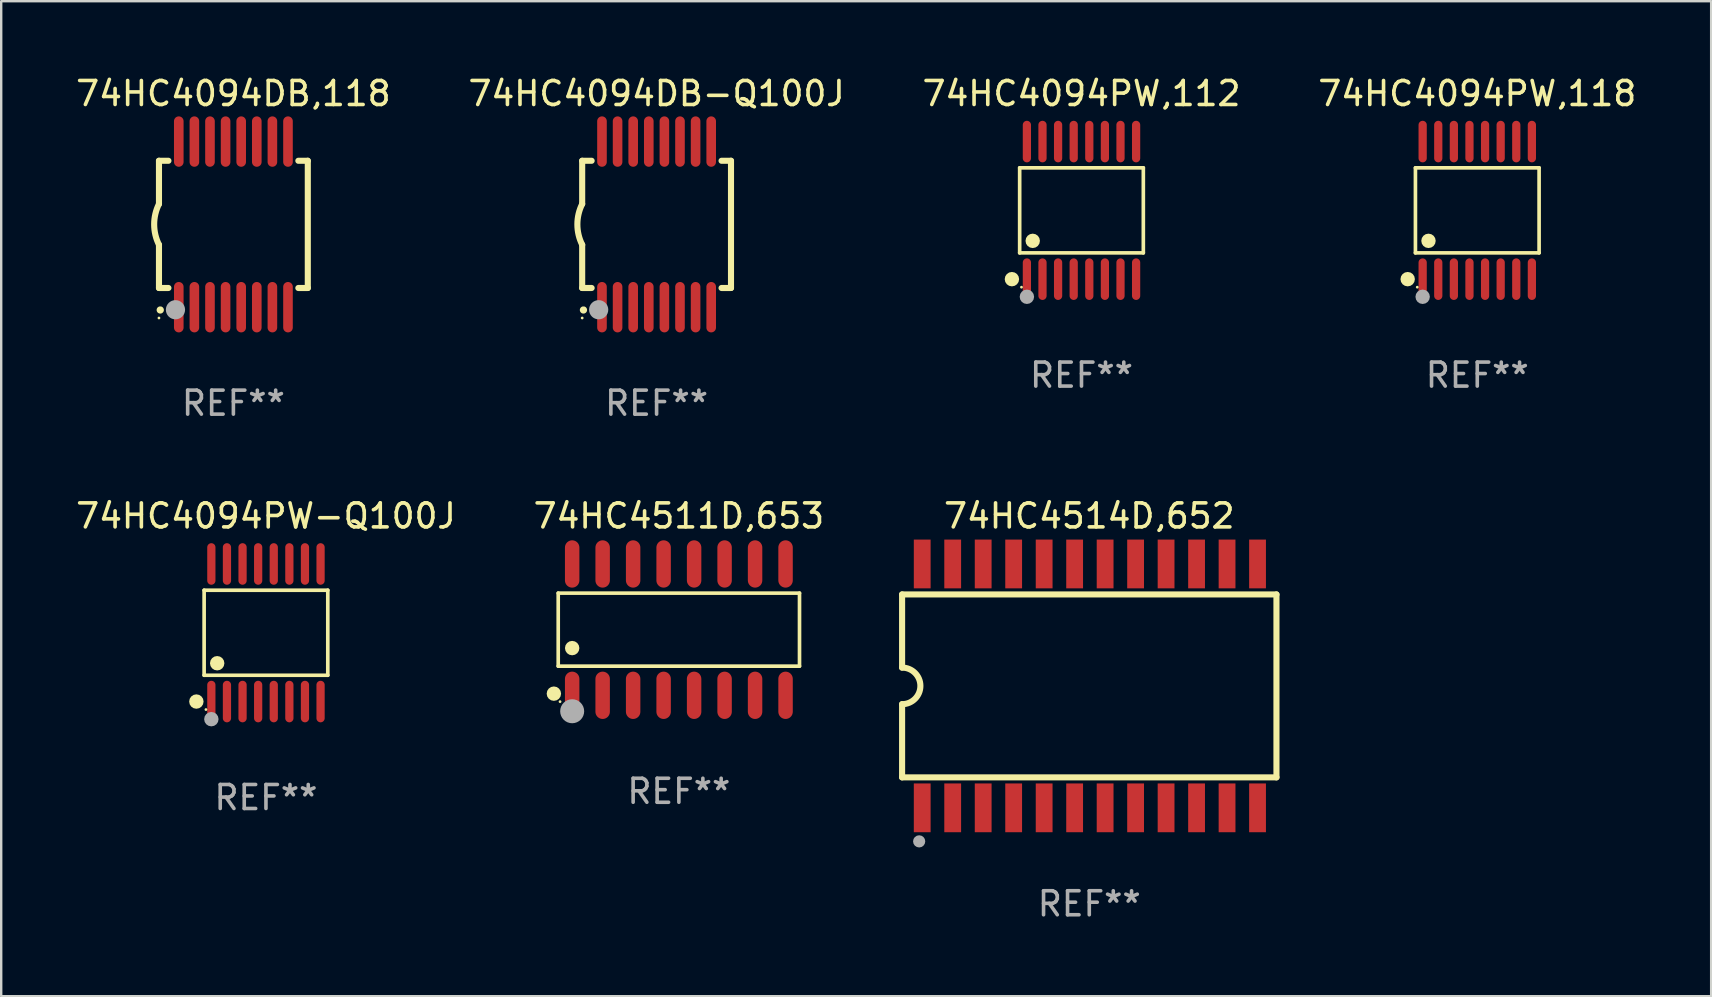
<source format=kicad_pcb>
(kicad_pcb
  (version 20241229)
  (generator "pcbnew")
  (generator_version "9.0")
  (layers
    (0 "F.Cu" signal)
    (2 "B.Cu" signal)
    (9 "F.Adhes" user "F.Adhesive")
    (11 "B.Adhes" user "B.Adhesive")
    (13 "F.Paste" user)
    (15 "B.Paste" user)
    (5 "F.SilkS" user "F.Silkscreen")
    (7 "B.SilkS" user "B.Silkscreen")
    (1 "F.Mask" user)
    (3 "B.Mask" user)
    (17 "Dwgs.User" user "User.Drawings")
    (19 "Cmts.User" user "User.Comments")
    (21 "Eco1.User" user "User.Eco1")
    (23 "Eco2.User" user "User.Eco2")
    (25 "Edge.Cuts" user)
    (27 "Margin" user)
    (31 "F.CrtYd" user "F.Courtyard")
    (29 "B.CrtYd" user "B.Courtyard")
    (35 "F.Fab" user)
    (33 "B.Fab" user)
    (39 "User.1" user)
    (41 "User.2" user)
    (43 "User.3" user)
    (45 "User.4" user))
  (footprint "74HC4511D,653"
    (layer "F.Cu")
    (at 25.232 23.181)
    (property "Reference" "74HC4511D,653" (at 0 -4.736 0) (layer "F.SilkS") (effects (font (size 1 1) (thickness 0.15))))
    (attr through_hole)
    (fp_line (start -5.026 -1.521) (end 5.026 -1.521) (stroke (width 0.152) (type solid)) (layer "F.SilkS"))
    (fp_line (start -5.026 1.521) (end -5.026 -1.521) (stroke (width 0.152) (type solid)) (layer "F.SilkS"))
    (fp_line (start 5.026 -1.521) (end 5.026 1.521) (stroke (width 0.152) (type solid)) (layer "F.SilkS"))
    (fp_line (start 5.026 1.521) (end -5.026 1.521) (stroke (width 0.152) (type solid)) (layer "F.SilkS"))
    (fp_circle (center -5.207 2.667) (end -5.057 2.667) (stroke (width 0.3) (type solid)) (fill no) (layer "F.SilkS"))
    (fp_circle (center -4.95 3) (end -4.92 3) (stroke (width 0.06) (type solid)) (fill no) (layer "F.SilkS"))
    (fp_circle (center -4.445 0.769) (end -4.295 0.769) (stroke (width 0.3) (type solid)) (fill no) (layer "F.SilkS"))
    (fp_circle (center -4.445 3.4) (end -4.195 3.4) (stroke (width 0.5) (type solid)) (fill no) (layer "F.Fab"))
    (fp_text user "REF**" (at 0 6.736 0) (layer "F.Fab") (effects (font (size 1 1) (thickness 0.15))))
    (pad "1" smd oval (at -4.445 2.736) (size 0.602 1.971) (layers "F.Cu" "F.Mask" "F.Paste"))
    (pad "2" smd oval (at -3.175 2.736) (size 0.602 1.971) (layers "F.Cu" "F.Mask" "F.Paste"))
    (pad "3" smd oval (at -1.905 2.736) (size 0.602 1.971) (layers "F.Cu" "F.Mask" "F.Paste"))
    (pad "4" smd oval (at -0.635 2.736) (size 0.602 1.971) (layers "F.Cu" "F.Mask" "F.Paste"))
    (pad "5" smd oval (at 0.635 2.736) (size 0.602 1.971) (layers "F.Cu" "F.Mask" "F.Paste"))
    (pad "6" smd oval (at 1.905 2.736) (size 0.602 1.971) (layers "F.Cu" "F.Mask" "F.Paste"))
    (pad "7" smd oval (at 3.175 2.736) (size 0.602 1.971) (layers "F.Cu" "F.Mask" "F.Paste"))
    (pad "8" smd oval (at 4.445 2.736) (size 0.602 1.971) (layers "F.Cu" "F.Mask" "F.Paste"))
    (pad "9" smd oval (at 4.445 -2.736) (size 0.602 1.971) (layers "F.Cu" "F.Mask" "F.Paste"))
    (pad "10" smd oval (at 3.175 -2.736) (size 0.602 1.971) (layers "F.Cu" "F.Mask" "F.Paste"))
    (pad "11" smd oval (at 1.905 -2.736) (size 0.602 1.971) (layers "F.Cu" "F.Mask" "F.Paste"))
    (pad "12" smd oval (at 0.635 -2.736) (size 0.602 1.971) (layers "F.Cu" "F.Mask" "F.Paste"))
    (pad "13" smd oval (at -0.635 -2.736) (size 0.602 1.971) (layers "F.Cu" "F.Mask" "F.Paste"))
    (pad "14" smd oval (at -1.905 -2.736) (size 0.602 1.971) (layers "F.Cu" "F.Mask" "F.Paste"))
    (pad "15" smd oval (at -3.175 -2.736) (size 0.602 1.971) (layers "F.Cu" "F.Mask" "F.Paste"))
    (pad "16" smd oval (at -4.445 -2.736) (size 0.602 1.971) (layers "F.Cu" "F.Mask" "F.Paste")))
  (footprint "74HC4094PW,112"
    (layer "F.Cu")
    (at 42.006 5.714)
    (property "Reference" "74HC4094PW,112" (at 0 -4.866 0) (layer "F.SilkS") (effects (font (size 1 1) (thickness 0.15))))
    (attr through_hole)
    (fp_line (start -2.576 -1.772) (end 2.576 -1.772) (stroke (width 0.152) (type solid)) (layer "F.SilkS"))
    (fp_line (start -2.576 1.771) (end -2.576 -1.772) (stroke (width 0.152) (type solid)) (layer "F.SilkS"))
    (fp_line (start 2.576 -1.772) (end 2.576 1.771) (stroke (width 0.152) (type solid)) (layer "F.SilkS"))
    (fp_line (start 2.576 1.771) (end -2.576 1.771) (stroke (width 0.152) (type solid)) (layer "F.SilkS"))
    (fp_circle (center -2.899 2.866) (end -2.749 2.866) (stroke (width 0.3) (type solid)) (fill no) (layer "F.SilkS"))
    (fp_circle (center -2.5 3.2) (end -2.47 3.2) (stroke (width 0.06) (type solid)) (fill no) (layer "F.SilkS"))
    (fp_circle (center -2.032 1.27) (end -1.882 1.27) (stroke (width 0.3) (type solid)) (fill no) (layer "F.SilkS"))
    (fp_circle (center -2.275 3.6) (end -2.125 3.6) (stroke (width 0.3) (type solid)) (fill no) (layer "F.Fab"))
    (fp_text user "REF**" (at 0 6.866 0) (layer "F.Fab") (effects (font (size 1 1) (thickness 0.15))))
    (pad "1" smd oval (at -2.275 2.866) (size 0.343 1.731) (layers "F.Cu" "F.Mask" "F.Paste"))
    (pad "2" smd oval (at -1.625 2.866) (size 0.343 1.731) (layers "F.Cu" "F.Mask" "F.Paste"))
    (pad "3" smd oval (at -0.975 2.866) (size 0.343 1.731) (layers "F.Cu" "F.Mask" "F.Paste"))
    (pad "4" smd oval (at -0.325 2.866) (size 0.343 1.731) (layers "F.Cu" "F.Mask" "F.Paste"))
    (pad "5" smd oval (at 0.325 2.866) (size 0.343 1.731) (layers "F.Cu" "F.Mask" "F.Paste"))
    (pad "6" smd oval (at 0.975 2.866) (size 0.343 1.731) (layers "F.Cu" "F.Mask" "F.Paste"))
    (pad "7" smd oval (at 1.625 2.866) (size 0.343 1.731) (layers "F.Cu" "F.Mask" "F.Paste"))
    (pad "8" smd oval (at 2.275 2.866) (size 0.343 1.731) (layers "F.Cu" "F.Mask" "F.Paste"))
    (pad "9" smd oval (at 2.275 -2.866) (size 0.343 1.731) (layers "F.Cu" "F.Mask" "F.Paste"))
    (pad "10" smd oval (at 1.625 -2.866) (size 0.343 1.731) (layers "F.Cu" "F.Mask" "F.Paste"))
    (pad "11" smd oval (at 0.975 -2.866) (size 0.343 1.731) (layers "F.Cu" "F.Mask" "F.Paste"))
    (pad "12" smd oval (at 0.325 -2.866) (size 0.343 1.731) (layers "F.Cu" "F.Mask" "F.Paste"))
    (pad "13" smd oval (at -0.325 -2.866) (size 0.343 1.731) (layers "F.Cu" "F.Mask" "F.Paste"))
    (pad "14" smd oval (at -0.975 -2.866) (size 0.343 1.731) (layers "F.Cu" "F.Mask" "F.Paste"))
    (pad "15" smd oval (at -1.625 -2.866) (size 0.343 1.731) (layers "F.Cu" "F.Mask" "F.Paste"))
    (pad "16" smd oval (at -2.275 -2.866) (size 0.343 1.731) (layers "F.Cu" "F.Mask" "F.Paste")))
  (footprint "74HC4514D,652"
    (layer "F.Cu")
    (at 42.33 25.525)
    (property "Reference" "74HC4514D,652" (at 0 -7.08 0) (layer "F.SilkS") (effects (font (size 1 1) (thickness 0.15))))
    (attr through_hole)
    (fp_line (start -7.798 -3.81) (end -7.798 -0.762) (stroke (width 0.254) (type solid)) (layer "F.SilkS"))
    (fp_line (start -7.798 3.81) (end -7.798 0.762) (stroke (width 0.254) (type solid)) (layer "F.SilkS"))
    (fp_line (start 7.798 -3.81) (end -7.798 -3.81) (stroke (width 0.254) (type solid)) (layer "F.SilkS"))
    (fp_line (start 7.798 3.81) (end -7.798 3.81) (stroke (width 0.254) (type solid)) (layer "F.SilkS"))
    (fp_line (start 7.798 3.81) (end 7.798 -3.81) (stroke (width 0.254) (type solid)) (layer "F.SilkS"))
    (fp_arc (start -7.797791 -0.762002) (mid -7.03579 -0.000001) (end -7.79779 0.762002) (stroke (width 0.254001) (type solid)) (layer "F.SilkS"))
    (fp_circle (center -7.825 3.75) (end -7.795 3.75) (stroke (width 0.06) (type solid)) (fill no) (layer "F.SilkS"))
    (fp_circle (center -7.087 6.477) (end -6.96 6.477) (stroke (width 0.254) (type solid)) (fill no) (layer "F.Fab"))
    (fp_text user "REF**" (at 0 9.08 0) (layer "F.Fab") (effects (font (size 1 1) (thickness 0.15))))
    (pad "1" smd rect (at -6.96 5.08 90) (size 2.032 0.7) (layers "F.Cu" "F.Mask" "F.Paste"))
    (pad "2" smd rect (at -5.69 5.08 90) (size 2.032 0.7) (layers "F.Cu" "F.Mask" "F.Paste"))
    (pad "3" smd rect (at -4.42 5.08 90) (size 2.032 0.7) (layers "F.Cu" "F.Mask" "F.Paste"))
    (pad "4" smd rect (at -3.15 5.08 90) (size 2.032 0.7) (layers "F.Cu" "F.Mask" "F.Paste"))
    (pad "5" smd rect (at -1.88 5.08 90) (size 2.032 0.7) (layers "F.Cu" "F.Mask" "F.Paste"))
    (pad "6" smd rect (at -0.61 5.08 90) (size 2.032 0.7) (layers "F.Cu" "F.Mask" "F.Paste"))
    (pad "7" smd rect (at 0.66 5.08 90) (size 2.032 0.7) (layers "F.Cu" "F.Mask" "F.Paste"))
    (pad "8" smd rect (at 1.93 5.08 90) (size 2.032 0.7) (layers "F.Cu" "F.Mask" "F.Paste"))
    (pad "9" smd rect (at 3.2 5.08 90) (size 2.032 0.7) (layers "F.Cu" "F.Mask" "F.Paste"))
    (pad "10" smd rect (at 4.47 5.08 90) (size 2.032 0.7) (layers "F.Cu" "F.Mask" "F.Paste"))
    (pad "11" smd rect (at 5.74 5.08 90) (size 2.032 0.7) (layers "F.Cu" "F.Mask" "F.Paste"))
    (pad "12" smd rect (at 7.01 5.08 90) (size 2.032 0.7) (layers "F.Cu" "F.Mask" "F.Paste"))
    (pad "13" smd rect (at 7.01 -5.08 90) (size 2.032 0.7) (layers "F.Cu" "F.Mask" "F.Paste"))
    (pad "14" smd rect (at 5.74 -5.08 90) (size 2.032 0.7) (layers "F.Cu" "F.Mask" "F.Paste"))
    (pad "15" smd rect (at 4.47 -5.08 90) (size 2.032 0.7) (layers "F.Cu" "F.Mask" "F.Paste"))
    (pad "16" smd rect (at 3.2 -5.08 90) (size 2.032 0.7) (layers "F.Cu" "F.Mask" "F.Paste"))
    (pad "17" smd rect (at 1.93 -5.08 90) (size 2.032 0.7) (layers "F.Cu" "F.Mask" "F.Paste"))
    (pad "18" smd rect (at 0.66 -5.08 90) (size 2.032 0.7) (layers "F.Cu" "F.Mask" "F.Paste"))
    (pad "19" smd rect (at -0.61 -5.08 90) (size 2.032 0.7) (layers "F.Cu" "F.Mask" "F.Paste"))
    (pad "20" smd rect (at -1.88 -5.08 90) (size 2.032 0.7) (layers "F.Cu" "F.Mask" "F.Paste"))
    (pad "21" smd rect (at -3.15 -5.08 90) (size 2.032 0.7) (layers "F.Cu" "F.Mask" "F.Paste"))
    (pad "22" smd rect (at -4.42 -5.08 90) (size 2.032 0.7) (layers "F.Cu" "F.Mask" "F.Paste"))
    (pad "23" smd rect (at -5.69 -5.08 90) (size 2.032 0.7) (layers "F.Cu" "F.Mask" "F.Paste"))
    (pad "24" smd rect (at -6.96 -5.08 90) (size 2.032 0.7) (layers "F.Cu" "F.Mask" "F.Paste")))
  (footprint "74HC4094DB-Q100J"
    (layer "F.Cu")
    (at 24.304 6.298)
    (property "Reference" "74HC4094DB-Q100J" (at 0 -5.45 0) (layer "F.SilkS") (effects (font (size 1 1) (thickness 0.15))))
    (attr through_hole)
    (fp_line (start -3.1 -2.65) (end -3.1 -0.85) (stroke (width 0.254) (type solid)) (layer "F.SilkS"))
    (fp_line (start -3.1 -2.65) (end -2.706 -2.65) (stroke (width 0.254) (type solid)) (layer "F.SilkS"))
    (fp_line (start -3.1 2.65) (end -3.1 0.85) (stroke (width 0.254) (type solid)) (layer "F.SilkS"))
    (fp_line (start -3.1 2.65) (end -2.706 2.65) (stroke (width 0.254) (type solid)) (layer "F.SilkS"))
    (fp_line (start 2.706 -2.65) (end 3.1 -2.65) (stroke (width 0.254) (type solid)) (layer "F.SilkS"))
    (fp_line (start 2.706 2.65) (end 3.1 2.65) (stroke (width 0.254) (type solid)) (layer "F.SilkS"))
    (fp_line (start 3.1 -2.65) (end 3.1 2.65) (stroke (width 0.254) (type solid)) (layer "F.SilkS"))
    (fp_arc (start -3.098907 0.850902) (mid -3.300057 0.000523) (end -3.1 -0.850114) (stroke (width 0.254001) (type solid)) (layer "F.SilkS"))
    (fp_arc (start -3.048006 3.566066) (mid -3.046736 3.566061) (end -3.045466 3.566066) (stroke (width 0.3) (type solid)) (layer "F.SilkS"))
    (fp_circle (center -3.1 3.9) (end -3.07 3.9) (stroke (width 0.06) (type solid)) (fill no) (layer "F.SilkS"))
    (fp_circle (center -2.413 3.556) (end -2.213 3.556) (stroke (width 0.4) (type solid)) (fill no) (layer "F.Fab"))
    (fp_text user "REF**" (at 0 7.45 0) (layer "F.Fab") (effects (font (size 1 1) (thickness 0.15))))
    (pad "1" smd oval (at -2.275 3.45 180) (size 0.4 2.1) (layers "F.Cu" "F.Mask" "F.Paste"))
    (pad "2" smd oval (at -1.625 3.45 180) (size 0.4 2.1) (layers "F.Cu" "F.Mask" "F.Paste"))
    (pad "3" smd oval (at -0.975 3.45 180) (size 0.4 2.1) (layers "F.Cu" "F.Mask" "F.Paste"))
    (pad "4" smd oval (at -0.325 3.45 180) (size 0.4 2.1) (layers "F.Cu" "F.Mask" "F.Paste"))
    (pad "5" smd oval (at 0.325 3.45 180) (size 0.4 2.1) (layers "F.Cu" "F.Mask" "F.Paste"))
    (pad "6" smd oval (at 0.975 3.45 180) (size 0.4 2.1) (layers "F.Cu" "F.Mask" "F.Paste"))
    (pad "7" smd oval (at 1.625 3.45 180) (size 0.4 2.1) (layers "F.Cu" "F.Mask" "F.Paste"))
    (pad "8" smd oval (at 2.275 3.45 180) (size 0.4 2.1) (layers "F.Cu" "F.Mask" "F.Paste"))
    (pad "9" smd oval (at 2.275 -3.45 180) (size 0.4 2.1) (layers "F.Cu" "F.Mask" "F.Paste"))
    (pad "10" smd oval (at 1.625 -3.45 180) (size 0.4 2.1) (layers "F.Cu" "F.Mask" "F.Paste"))
    (pad "11" smd oval (at 0.975 -3.45 180) (size 0.4 2.1) (layers "F.Cu" "F.Mask" "F.Paste"))
    (pad "12" smd oval (at 0.325 -3.45 180) (size 0.4 2.1) (layers "F.Cu" "F.Mask" "F.Paste"))
    (pad "13" smd oval (at -0.325 -3.45 180) (size 0.4 2.1) (layers "F.Cu" "F.Mask" "F.Paste"))
    (pad "14" smd oval (at -0.975 -3.45 180) (size 0.4 2.1) (layers "F.Cu" "F.Mask" "F.Paste"))
    (pad "15" smd oval (at -1.625 -3.45 180) (size 0.4 2.1) (layers "F.Cu" "F.Mask" "F.Paste"))
    (pad "16" smd oval (at -2.275 -3.45 180) (size 0.4 2.1) (layers "F.Cu" "F.Mask" "F.Paste")))
  (footprint "74HC4094PW,118"
    (layer "F.Cu")
    (at 58.494 5.714)
    (property "Reference" "74HC4094PW,118" (at 0 -4.866 0) (layer "F.SilkS") (effects (font (size 1 1) (thickness 0.15))))
    (attr through_hole)
    (fp_line (start -2.576 -1.772) (end 2.576 -1.772) (stroke (width 0.152) (type solid)) (layer "F.SilkS"))
    (fp_line (start -2.576 1.771) (end -2.576 -1.772) (stroke (width 0.152) (type solid)) (layer "F.SilkS"))
    (fp_line (start 2.576 -1.772) (end 2.576 1.771) (stroke (width 0.152) (type solid)) (layer "F.SilkS"))
    (fp_line (start 2.576 1.771) (end -2.576 1.771) (stroke (width 0.152) (type solid)) (layer "F.SilkS"))
    (fp_circle (center -2.899 2.866) (end -2.749 2.866) (stroke (width 0.3) (type solid)) (fill no) (layer "F.SilkS"))
    (fp_circle (center -2.5 3.2) (end -2.47 3.2) (stroke (width 0.06) (type solid)) (fill no) (layer "F.SilkS"))
    (fp_circle (center -2.032 1.27) (end -1.882 1.27) (stroke (width 0.3) (type solid)) (fill no) (layer "F.SilkS"))
    (fp_circle (center -2.275 3.6) (end -2.125 3.6) (stroke (width 0.3) (type solid)) (fill no) (layer "F.Fab"))
    (fp_text user "REF**" (at 0 6.866 0) (layer "F.Fab") (effects (font (size 1 1) (thickness 0.15))))
    (pad "1" smd oval (at -2.275 2.866) (size 0.343 1.731) (layers "F.Cu" "F.Mask" "F.Paste"))
    (pad "2" smd oval (at -1.625 2.866) (size 0.343 1.731) (layers "F.Cu" "F.Mask" "F.Paste"))
    (pad "3" smd oval (at -0.975 2.866) (size 0.343 1.731) (layers "F.Cu" "F.Mask" "F.Paste"))
    (pad "4" smd oval (at -0.325 2.866) (size 0.343 1.731) (layers "F.Cu" "F.Mask" "F.Paste"))
    (pad "5" smd oval (at 0.325 2.866) (size 0.343 1.731) (layers "F.Cu" "F.Mask" "F.Paste"))
    (pad "6" smd oval (at 0.975 2.866) (size 0.343 1.731) (layers "F.Cu" "F.Mask" "F.Paste"))
    (pad "7" smd oval (at 1.625 2.866) (size 0.343 1.731) (layers "F.Cu" "F.Mask" "F.Paste"))
    (pad "8" smd oval (at 2.275 2.866) (size 0.343 1.731) (layers "F.Cu" "F.Mask" "F.Paste"))
    (pad "9" smd oval (at 2.275 -2.866) (size 0.343 1.731) (layers "F.Cu" "F.Mask" "F.Paste"))
    (pad "10" smd oval (at 1.625 -2.866) (size 0.343 1.731) (layers "F.Cu" "F.Mask" "F.Paste"))
    (pad "11" smd oval (at 0.975 -2.866) (size 0.343 1.731) (layers "F.Cu" "F.Mask" "F.Paste"))
    (pad "12" smd oval (at 0.325 -2.866) (size 0.343 1.731) (layers "F.Cu" "F.Mask" "F.Paste"))
    (pad "13" smd oval (at -0.325 -2.866) (size 0.343 1.731) (layers "F.Cu" "F.Mask" "F.Paste"))
    (pad "14" smd oval (at -0.975 -2.866) (size 0.343 1.731) (layers "F.Cu" "F.Mask" "F.Paste"))
    (pad "15" smd oval (at -1.625 -2.866) (size 0.343 1.731) (layers "F.Cu" "F.Mask" "F.Paste"))
    (pad "16" smd oval (at -2.275 -2.866) (size 0.343 1.731) (layers "F.Cu" "F.Mask" "F.Paste")))
  (footprint "74HC4094DB,118"
    (layer "F.Cu")
    (at 6.673 6.298)
    (property "Reference" "74HC4094DB,118" (at 0 -5.45 0) (layer "F.SilkS") (effects (font (size 1 1) (thickness 0.15))))
    (attr through_hole)
    (fp_line (start -3.1 -2.65) (end -3.1 -0.85) (stroke (width 0.254) (type solid)) (layer "F.SilkS"))
    (fp_line (start -3.1 -2.65) (end -2.706 -2.65) (stroke (width 0.254) (type solid)) (layer "F.SilkS"))
    (fp_line (start -3.1 2.65) (end -3.1 0.85) (stroke (width 0.254) (type solid)) (layer "F.SilkS"))
    (fp_line (start -3.1 2.65) (end -2.706 2.65) (stroke (width 0.254) (type solid)) (layer "F.SilkS"))
    (fp_line (start 2.706 -2.65) (end 3.1 -2.65) (stroke (width 0.254) (type solid)) (layer "F.SilkS"))
    (fp_line (start 2.706 2.65) (end 3.1 2.65) (stroke (width 0.254) (type solid)) (layer "F.SilkS"))
    (fp_line (start 3.1 -2.65) (end 3.1 2.65) (stroke (width 0.254) (type solid)) (layer "F.SilkS"))
    (fp_arc (start -3.098907 0.850902) (mid -3.300057 0.000523) (end -3.1 -0.850114) (stroke (width 0.254001) (type solid)) (layer "F.SilkS"))
    (fp_arc (start -3.048006 3.566066) (mid -3.046736 3.566061) (end -3.045466 3.566066) (stroke (width 0.3) (type solid)) (layer "F.SilkS"))
    (fp_circle (center -3.1 3.9) (end -3.07 3.9) (stroke (width 0.06) (type solid)) (fill no) (layer "F.SilkS"))
    (fp_circle (center -2.413 3.556) (end -2.213 3.556) (stroke (width 0.4) (type solid)) (fill no) (layer "F.Fab"))
    (fp_text user "REF**" (at 0 7.45 0) (layer "F.Fab") (effects (font (size 1 1) (thickness 0.15))))
    (pad "1" smd oval (at -2.275 3.45 180) (size 0.4 2.1) (layers "F.Cu" "F.Mask" "F.Paste"))
    (pad "2" smd oval (at -1.625 3.45 180) (size 0.4 2.1) (layers "F.Cu" "F.Mask" "F.Paste"))
    (pad "3" smd oval (at -0.975 3.45 180) (size 0.4 2.1) (layers "F.Cu" "F.Mask" "F.Paste"))
    (pad "4" smd oval (at -0.325 3.45 180) (size 0.4 2.1) (layers "F.Cu" "F.Mask" "F.Paste"))
    (pad "5" smd oval (at 0.325 3.45 180) (size 0.4 2.1) (layers "F.Cu" "F.Mask" "F.Paste"))
    (pad "6" smd oval (at 0.975 3.45 180) (size 0.4 2.1) (layers "F.Cu" "F.Mask" "F.Paste"))
    (pad "7" smd oval (at 1.625 3.45 180) (size 0.4 2.1) (layers "F.Cu" "F.Mask" "F.Paste"))
    (pad "8" smd oval (at 2.275 3.45 180) (size 0.4 2.1) (layers "F.Cu" "F.Mask" "F.Paste"))
    (pad "9" smd oval (at 2.275 -3.45 180) (size 0.4 2.1) (layers "F.Cu" "F.Mask" "F.Paste"))
    (pad "10" smd oval (at 1.625 -3.45 180) (size 0.4 2.1) (layers "F.Cu" "F.Mask" "F.Paste"))
    (pad "11" smd oval (at 0.975 -3.45 180) (size 0.4 2.1) (layers "F.Cu" "F.Mask" "F.Paste"))
    (pad "12" smd oval (at 0.325 -3.45 180) (size 0.4 2.1) (layers "F.Cu" "F.Mask" "F.Paste"))
    (pad "13" smd oval (at -0.325 -3.45 180) (size 0.4 2.1) (layers "F.Cu" "F.Mask" "F.Paste"))
    (pad "14" smd oval (at -0.975 -3.45 180) (size 0.4 2.1) (layers "F.Cu" "F.Mask" "F.Paste"))
    (pad "15" smd oval (at -1.625 -3.45 180) (size 0.4 2.1) (layers "F.Cu" "F.Mask" "F.Paste"))
    (pad "16" smd oval (at -2.275 -3.45 180) (size 0.4 2.1) (layers "F.Cu" "F.Mask" "F.Paste")))
  (footprint "74HC4094PW-Q100J"
    (layer "F.Cu")
    (at 8.03 23.311)
    (property "Reference" "74HC4094PW-Q100J" (at 0 -4.866 0) (layer "F.SilkS") (effects (font (size 1 1) (thickness 0.15))))
    (attr through_hole)
    (fp_line (start -2.576 -1.772) (end 2.576 -1.772) (stroke (width 0.152) (type solid)) (layer "F.SilkS"))
    (fp_line (start -2.576 1.771) (end -2.576 -1.772) (stroke (width 0.152) (type solid)) (layer "F.SilkS"))
    (fp_line (start 2.576 -1.772) (end 2.576 1.771) (stroke (width 0.152) (type solid)) (layer "F.SilkS"))
    (fp_line (start 2.576 1.771) (end -2.576 1.771) (stroke (width 0.152) (type solid)) (layer "F.SilkS"))
    (fp_circle (center -2.899 2.866) (end -2.749 2.866) (stroke (width 0.3) (type solid)) (fill no) (layer "F.SilkS"))
    (fp_circle (center -2.5 3.2) (end -2.47 3.2) (stroke (width 0.06) (type solid)) (fill no) (layer "F.SilkS"))
    (fp_circle (center -2.032 1.27) (end -1.882 1.27) (stroke (width 0.3) (type solid)) (fill no) (layer "F.SilkS"))
    (fp_circle (center -2.275 3.6) (end -2.125 3.6) (stroke (width 0.3) (type solid)) (fill no) (layer "F.Fab"))
    (fp_text user "REF**" (at 0 6.866 0) (layer "F.Fab") (effects (font (size 1 1) (thickness 0.15))))
    (pad "1" smd oval (at -2.275 2.866) (size 0.343 1.731) (layers "F.Cu" "F.Mask" "F.Paste"))
    (pad "2" smd oval (at -1.625 2.866) (size 0.343 1.731) (layers "F.Cu" "F.Mask" "F.Paste"))
    (pad "3" smd oval (at -0.975 2.866) (size 0.343 1.731) (layers "F.Cu" "F.Mask" "F.Paste"))
    (pad "4" smd oval (at -0.325 2.866) (size 0.343 1.731) (layers "F.Cu" "F.Mask" "F.Paste"))
    (pad "5" smd oval (at 0.325 2.866) (size 0.343 1.731) (layers "F.Cu" "F.Mask" "F.Paste"))
    (pad "6" smd oval (at 0.975 2.866) (size 0.343 1.731) (layers "F.Cu" "F.Mask" "F.Paste"))
    (pad "7" smd oval (at 1.625 2.866) (size 0.343 1.731) (layers "F.Cu" "F.Mask" "F.Paste"))
    (pad "8" smd oval (at 2.275 2.866) (size 0.343 1.731) (layers "F.Cu" "F.Mask" "F.Paste"))
    (pad "9" smd oval (at 2.275 -2.866) (size 0.343 1.731) (layers "F.Cu" "F.Mask" "F.Paste"))
    (pad "10" smd oval (at 1.625 -2.866) (size 0.343 1.731) (layers "F.Cu" "F.Mask" "F.Paste"))
    (pad "11" smd oval (at 0.975 -2.866) (size 0.343 1.731) (layers "F.Cu" "F.Mask" "F.Paste"))
    (pad "12" smd oval (at 0.325 -2.866) (size 0.343 1.731) (layers "F.Cu" "F.Mask" "F.Paste"))
    (pad "13" smd oval (at -0.325 -2.866) (size 0.343 1.731) (layers "F.Cu" "F.Mask" "F.Paste"))
    (pad "14" smd oval (at -0.975 -2.866) (size 0.343 1.731) (layers "F.Cu" "F.Mask" "F.Paste"))
    (pad "15" smd oval (at -1.625 -2.866) (size 0.343 1.731) (layers "F.Cu" "F.Mask" "F.Paste"))
    (pad "16" smd oval (at -2.275 -2.866) (size 0.343 1.731) (layers "F.Cu" "F.Mask" "F.Paste")))
  (gr_rect
    (start -3 -3)
    (end 68.238 38.453)
    (stroke (width 0.1) (type default))
    (fill no)
    (layer "Edge.Cuts")))
</source>
